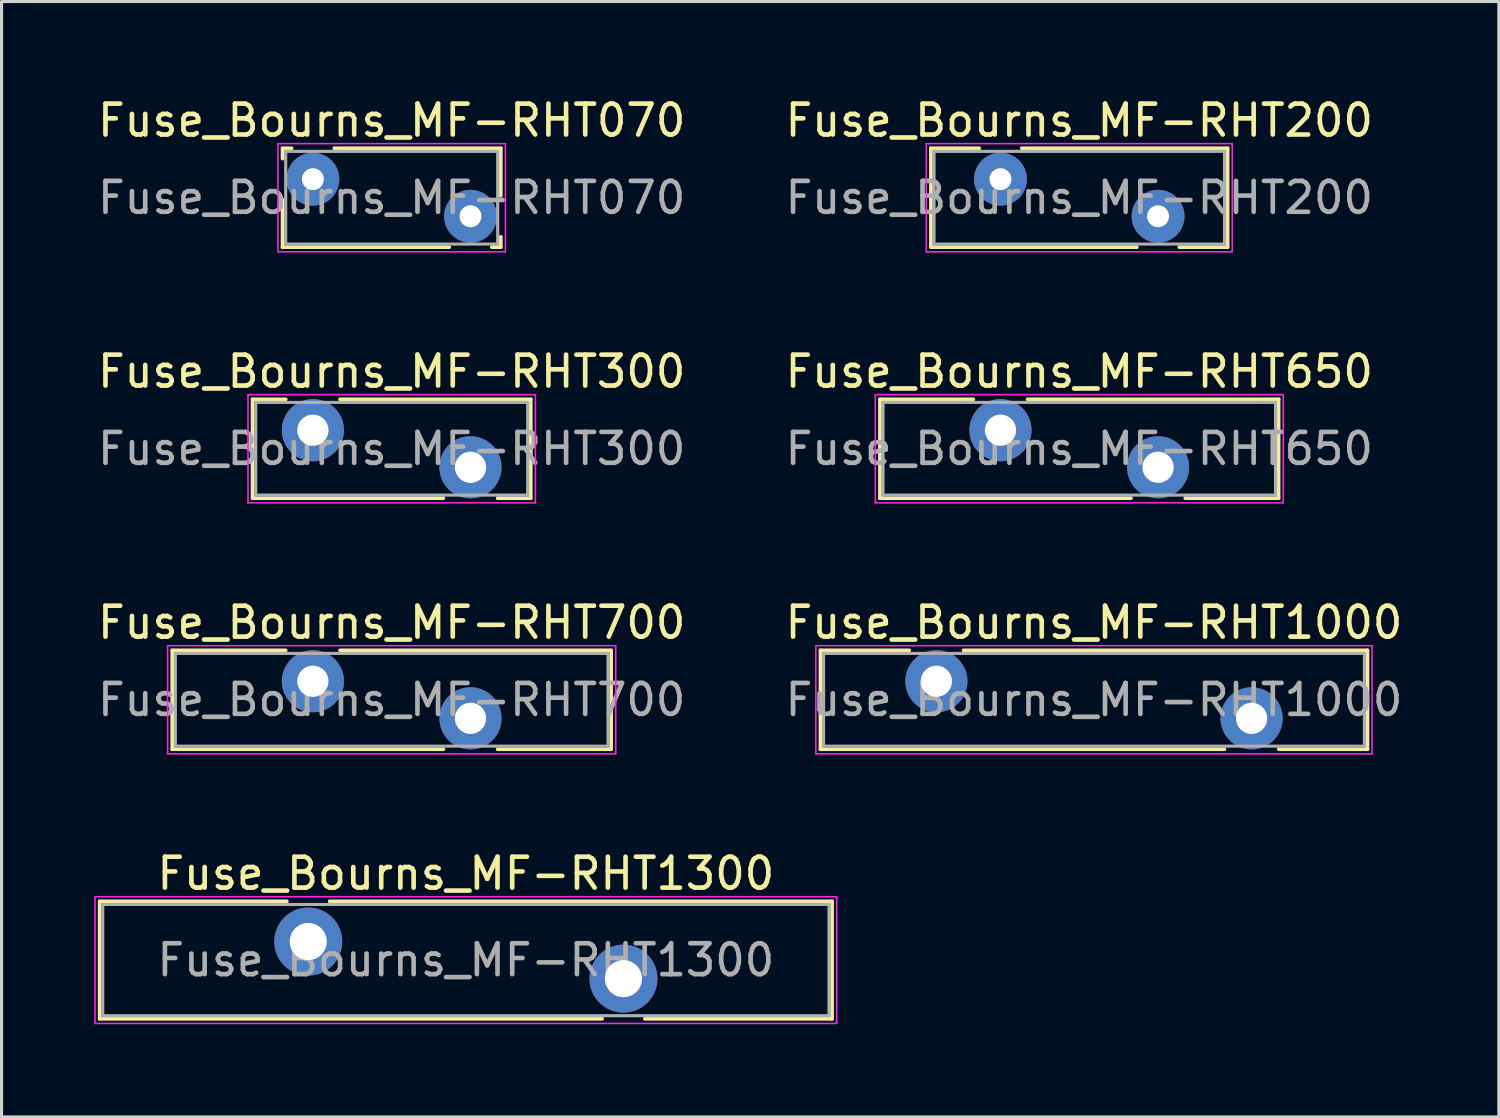
<source format=kicad_pcb>
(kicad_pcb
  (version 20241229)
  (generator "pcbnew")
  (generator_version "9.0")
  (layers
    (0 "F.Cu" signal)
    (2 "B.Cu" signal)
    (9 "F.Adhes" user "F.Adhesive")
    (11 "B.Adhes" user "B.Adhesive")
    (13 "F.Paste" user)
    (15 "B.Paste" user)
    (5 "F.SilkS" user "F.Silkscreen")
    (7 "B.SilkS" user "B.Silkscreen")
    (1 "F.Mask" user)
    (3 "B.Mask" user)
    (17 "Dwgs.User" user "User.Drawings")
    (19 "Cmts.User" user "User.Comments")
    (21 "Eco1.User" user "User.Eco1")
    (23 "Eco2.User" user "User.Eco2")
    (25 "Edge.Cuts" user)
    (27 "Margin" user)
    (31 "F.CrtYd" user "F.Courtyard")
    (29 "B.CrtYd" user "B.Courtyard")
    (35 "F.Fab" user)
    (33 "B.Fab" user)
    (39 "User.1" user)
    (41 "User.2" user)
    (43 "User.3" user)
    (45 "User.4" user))
  (footprint "Fuse_Bourns_MF-RHT700"
    (layer "F.Cu")
    (at 7.075 18.995)
    (property "Reference" "Fuse_Bourns_MF-RHT700" (at 2.55 -1.9 0) (layer "F.SilkS") (effects (font (size 1 1) (thickness 0.15))))
    (attr through_hole)
    (fp_line (start -4.55 -1) (end -4.55 2.2) (stroke (width 0.12) (type solid)) (layer "F.SilkS"))
    (fp_line (start -4.55 -1) (end -0.879 -1) (stroke (width 0.12) (type solid)) (layer "F.SilkS"))
    (fp_line (start -4.55 2.2) (end 4.222 2.2) (stroke (width 0.12) (type solid)) (layer "F.SilkS"))
    (fp_line (start 0.879 -1) (end 9.65 -1) (stroke (width 0.12) (type solid)) (layer "F.SilkS"))
    (fp_line (start 5.979 2.2) (end 9.65 2.2) (stroke (width 0.12) (type solid)) (layer "F.SilkS"))
    (fp_line (start 9.65 -1) (end 9.65 2.2) (stroke (width 0.12) (type solid)) (layer "F.SilkS"))
    (fp_line (start -4.7 -1.15) (end -4.7 2.35) (stroke (width 0.05) (type solid)) (layer "F.CrtYd"))
    (fp_line (start -4.7 2.35) (end 9.8 2.35) (stroke (width 0.05) (type solid)) (layer "F.CrtYd"))
    (fp_line (start 9.8 -1.15) (end -4.7 -1.15) (stroke (width 0.05) (type solid)) (layer "F.CrtYd"))
    (fp_line (start 9.8 2.35) (end 9.8 -1.15) (stroke (width 0.05) (type solid)) (layer "F.CrtYd"))
    (fp_line (start -4.45 -0.9) (end -4.45 2.1) (stroke (width 0.1) (type solid)) (layer "F.Fab"))
    (fp_line (start -4.45 2.1) (end 9.55 2.1) (stroke (width 0.1) (type solid)) (layer "F.Fab"))
    (fp_line (start 9.55 -0.9) (end -4.45 -0.9) (stroke (width 0.1) (type solid)) (layer "F.Fab"))
    (fp_line (start 9.55 2.1) (end 9.55 -0.9) (stroke (width 0.1) (type solid)) (layer "F.Fab"))
    (fp_text user "${REFERENCE}" (at 2.55 0.6 0) (layer "F.Fab") (effects (font (size 1 1) (thickness 0.15))))
    (pad "1" thru_hole circle (at 0 0) (size 2.01 2.01) (drill 1.01) (layers "*.Cu" "*.Mask"))
    (pad "2" thru_hole circle (at 5.1 1.2) (size 2.01 2.01) (drill 1.01) (layers "*.Cu" "*.Mask")))
  (footprint "Fuse_Bourns_MF-RHT070"
    (layer "F.Cu")
    (at 7.075 2.748)
    (property "Reference" "Fuse_Bourns_MF-RHT070" (at 2.55 -1.9 0) (layer "F.SilkS") (effects (font (size 1 1) (thickness 0.15))))
    (attr through_hole)
    (fp_line (start -0.981 -1) (end -0.981 -0.665) (stroke (width 0.12) (type solid)) (layer "F.SilkS"))
    (fp_line (start -0.981 -1) (end -0.689 -1) (stroke (width 0.12) (type solid)) (layer "F.SilkS"))
    (fp_line (start -0.981 0.665) (end -0.981 2.2) (stroke (width 0.12) (type solid)) (layer "F.SilkS"))
    (fp_line (start -0.981 2.2) (end 4.412 2.2) (stroke (width 0.12) (type solid)) (layer "F.SilkS"))
    (fp_line (start 0.689 -1) (end 6.08 -1) (stroke (width 0.12) (type solid)) (layer "F.SilkS"))
    (fp_line (start 5.789 2.2) (end 6.08 2.2) (stroke (width 0.12) (type solid)) (layer "F.SilkS"))
    (fp_line (start 6.08 -1) (end 6.08 0.536) (stroke (width 0.12) (type solid)) (layer "F.SilkS"))
    (fp_line (start 6.08 1.865) (end 6.08 2.2) (stroke (width 0.12) (type solid)) (layer "F.SilkS"))
    (fp_line (start -1.13 -1.15) (end -1.13 2.35) (stroke (width 0.05) (type solid)) (layer "F.CrtYd"))
    (fp_line (start -1.13 2.35) (end 6.23 2.35) (stroke (width 0.05) (type solid)) (layer "F.CrtYd"))
    (fp_line (start 6.23 -1.15) (end -1.13 -1.15) (stroke (width 0.05) (type solid)) (layer "F.CrtYd"))
    (fp_line (start 6.23 2.35) (end 6.23 -1.15) (stroke (width 0.05) (type solid)) (layer "F.CrtYd"))
    (fp_line (start -0.88 -0.9) (end -0.88 2.1) (stroke (width 0.1) (type solid)) (layer "F.Fab"))
    (fp_line (start -0.88 2.1) (end 5.98 2.1) (stroke (width 0.1) (type solid)) (layer "F.Fab"))
    (fp_line (start 5.98 -0.9) (end -0.88 -0.9) (stroke (width 0.1) (type solid)) (layer "F.Fab"))
    (fp_line (start 5.98 2.1) (end 5.98 -0.9) (stroke (width 0.1) (type solid)) (layer "F.Fab"))
    (fp_text user "${REFERENCE}" (at 2.55 0.6 0) (layer "F.Fab") (effects (font (size 1 1) (thickness 0.15))))
    (pad "1" thru_hole circle (at 0 0) (size 1.71 1.71) (drill 0.71) (layers "*.Cu" "*.Mask"))
    (pad "2" thru_hole circle (at 5.1 1.2) (size 1.71 1.71) (drill 0.71) (layers "*.Cu" "*.Mask")))
  (footprint "Fuse_Bourns_MF-RHT1300"
    (layer "F.Cu")
    (at 6.925 27.418)
    (property "Reference" "Fuse_Bourns_MF-RHT1300" (at 5.1 -2.2 0) (layer "F.SilkS") (effects (font (size 1 1) (thickness 0.15))))
    (attr through_hole)
    (fp_line (start -6.75 -1.301) (end -6.75 2.5) (stroke (width 0.12) (type solid)) (layer "F.SilkS"))
    (fp_line (start -6.75 -1.301) (end -0.693 -1.301) (stroke (width 0.12) (type solid)) (layer "F.SilkS"))
    (fp_line (start -6.75 2.5) (end 9.508 2.5) (stroke (width 0.12) (type solid)) (layer "F.SilkS"))
    (fp_line (start 0.693 -1.301) (end 16.951 -1.301) (stroke (width 0.12) (type solid)) (layer "F.SilkS"))
    (fp_line (start 10.893 2.5) (end 16.951 2.5) (stroke (width 0.12) (type solid)) (layer "F.SilkS"))
    (fp_line (start 16.951 -1.301) (end 16.951 2.5) (stroke (width 0.12) (type solid)) (layer "F.SilkS"))
    (fp_line (start -6.9 -1.45) (end -6.9 2.65) (stroke (width 0.05) (type solid)) (layer "F.CrtYd"))
    (fp_line (start -6.9 2.65) (end 17.1 2.65) (stroke (width 0.05) (type solid)) (layer "F.CrtYd"))
    (fp_line (start 17.1 -1.45) (end -6.9 -1.45) (stroke (width 0.05) (type solid)) (layer "F.CrtYd"))
    (fp_line (start 17.1 2.65) (end 17.1 -1.45) (stroke (width 0.05) (type solid)) (layer "F.CrtYd"))
    (fp_line (start -6.65 -1.2) (end -6.65 2.4) (stroke (width 0.1) (type solid)) (layer "F.Fab"))
    (fp_line (start -6.65 2.4) (end 16.85 2.4) (stroke (width 0.1) (type solid)) (layer "F.Fab"))
    (fp_line (start 16.85 -1.2) (end -6.65 -1.2) (stroke (width 0.1) (type solid)) (layer "F.Fab"))
    (fp_line (start 16.85 2.4) (end 16.85 -1.2) (stroke (width 0.1) (type solid)) (layer "F.Fab"))
    (fp_text user "${REFERENCE}" (at 5.1 0.6 0) (layer "F.Fab") (effects (font (size 1 1) (thickness 0.15))))
    (pad "1" thru_hole circle (at 0 0) (size 2.2 2.2) (drill 1.2) (layers "*.Cu" "*.Mask"))
    (pad "2" thru_hole circle (at 10.2 1.2) (size 2.2 2.2) (drill 1.2) (layers "*.Cu" "*.Mask")))
  (footprint "Fuse_Bourns_MF-RHT200"
    (layer "F.Cu")
    (at 29.325 2.748)
    (property "Reference" "Fuse_Bourns_MF-RHT200" (at 2.55 -1.9 0) (layer "F.SilkS") (effects (font (size 1 1) (thickness 0.15))))
    (attr through_hole)
    (fp_line (start -2.251 -1) (end -2.251 2.2) (stroke (width 0.12) (type solid)) (layer "F.SilkS"))
    (fp_line (start -2.251 -1) (end -0.689 -1) (stroke (width 0.12) (type solid)) (layer "F.SilkS"))
    (fp_line (start -2.251 2.2) (end 4.412 2.2) (stroke (width 0.12) (type solid)) (layer "F.SilkS"))
    (fp_line (start 0.689 -1) (end 7.35 -1) (stroke (width 0.12) (type solid)) (layer "F.SilkS"))
    (fp_line (start 5.789 2.2) (end 7.35 2.2) (stroke (width 0.12) (type solid)) (layer "F.SilkS"))
    (fp_line (start 7.35 -1) (end 7.35 2.2) (stroke (width 0.12) (type solid)) (layer "F.SilkS"))
    (fp_line (start -2.4 -1.15) (end -2.4 2.35) (stroke (width 0.05) (type solid)) (layer "F.CrtYd"))
    (fp_line (start -2.4 2.35) (end 7.5 2.35) (stroke (width 0.05) (type solid)) (layer "F.CrtYd"))
    (fp_line (start 7.5 -1.15) (end -2.4 -1.15) (stroke (width 0.05) (type solid)) (layer "F.CrtYd"))
    (fp_line (start 7.5 2.35) (end 7.5 -1.15) (stroke (width 0.05) (type solid)) (layer "F.CrtYd"))
    (fp_line (start -2.15 -0.9) (end -2.15 2.1) (stroke (width 0.1) (type solid)) (layer "F.Fab"))
    (fp_line (start -2.15 2.1) (end 7.25 2.1) (stroke (width 0.1) (type solid)) (layer "F.Fab"))
    (fp_line (start 7.25 -0.9) (end -2.15 -0.9) (stroke (width 0.1) (type solid)) (layer "F.Fab"))
    (fp_line (start 7.25 2.1) (end 7.25 -0.9) (stroke (width 0.1) (type solid)) (layer "F.Fab"))
    (fp_text user "${REFERENCE}" (at 2.55 0.6 0) (layer "F.Fab") (effects (font (size 1 1) (thickness 0.15))))
    (pad "1" thru_hole circle (at 0 0) (size 1.71 1.71) (drill 0.71) (layers "*.Cu" "*.Mask"))
    (pad "2" thru_hole circle (at 5.1 1.2) (size 1.71 1.71) (drill 0.71) (layers "*.Cu" "*.Mask")))
  (footprint "Fuse_Bourns_MF-RHT650"
    (layer "F.Cu")
    (at 29.325 10.871)
    (property "Reference" "Fuse_Bourns_MF-RHT650" (at 2.55 -1.9 0) (layer "F.SilkS") (effects (font (size 1 1) (thickness 0.15))))
    (attr through_hole)
    (fp_line (start -3.9 -1) (end -3.9 2.2) (stroke (width 0.12) (type solid)) (layer "F.SilkS"))
    (fp_line (start -3.9 -1) (end -0.879 -1) (stroke (width 0.12) (type solid)) (layer "F.SilkS"))
    (fp_line (start -3.9 2.2) (end 4.222 2.2) (stroke (width 0.12) (type solid)) (layer "F.SilkS"))
    (fp_line (start 0.879 -1) (end 9 -1) (stroke (width 0.12) (type solid)) (layer "F.SilkS"))
    (fp_line (start 5.979 2.2) (end 9 2.2) (stroke (width 0.12) (type solid)) (layer "F.SilkS"))
    (fp_line (start 9 -1) (end 9 2.2) (stroke (width 0.12) (type solid)) (layer "F.SilkS"))
    (fp_line (start -4.05 -1.15) (end -4.05 2.35) (stroke (width 0.05) (type solid)) (layer "F.CrtYd"))
    (fp_line (start -4.05 2.35) (end 9.15 2.35) (stroke (width 0.05) (type solid)) (layer "F.CrtYd"))
    (fp_line (start 9.15 -1.15) (end -4.05 -1.15) (stroke (width 0.05) (type solid)) (layer "F.CrtYd"))
    (fp_line (start 9.15 2.35) (end 9.15 -1.15) (stroke (width 0.05) (type solid)) (layer "F.CrtYd"))
    (fp_line (start -3.8 -0.9) (end -3.8 2.1) (stroke (width 0.1) (type solid)) (layer "F.Fab"))
    (fp_line (start -3.8 2.1) (end 8.9 2.1) (stroke (width 0.1) (type solid)) (layer "F.Fab"))
    (fp_line (start 8.9 -0.9) (end -3.8 -0.9) (stroke (width 0.1) (type solid)) (layer "F.Fab"))
    (fp_line (start 8.9 2.1) (end 8.9 -0.9) (stroke (width 0.1) (type solid)) (layer "F.Fab"))
    (fp_text user "${REFERENCE}" (at 2.55 0.6 0) (layer "F.Fab") (effects (font (size 1 1) (thickness 0.15))))
    (pad "1" thru_hole circle (at 0 0) (size 2.01 2.01) (drill 1.01) (layers "*.Cu" "*.Mask"))
    (pad "2" thru_hole circle (at 5.1 1.2) (size 2.01 2.01) (drill 1.01) (layers "*.Cu" "*.Mask")))
  (footprint "Fuse_Bourns_MF-RHT1000"
    (layer "F.Cu")
    (at 27.251 18.995)
    (property "Reference" "Fuse_Bourns_MF-RHT1000" (at 5.1 -1.9 0) (layer "F.SilkS") (effects (font (size 1 1) (thickness 0.15))))
    (attr through_hole)
    (fp_line (start -3.751 -1) (end -3.751 2.2) (stroke (width 0.12) (type solid)) (layer "F.SilkS"))
    (fp_line (start -3.751 -1) (end -0.879 -1) (stroke (width 0.12) (type solid)) (layer "F.SilkS"))
    (fp_line (start -3.751 2.2) (end 9.322 2.2) (stroke (width 0.12) (type solid)) (layer "F.SilkS"))
    (fp_line (start 0.879 -1) (end 13.95 -1) (stroke (width 0.12) (type solid)) (layer "F.SilkS"))
    (fp_line (start 11.079 2.2) (end 13.95 2.2) (stroke (width 0.12) (type solid)) (layer "F.SilkS"))
    (fp_line (start 13.95 -1) (end 13.95 2.2) (stroke (width 0.12) (type solid)) (layer "F.SilkS"))
    (fp_line (start -3.9 -1.15) (end -3.9 2.35) (stroke (width 0.05) (type solid)) (layer "F.CrtYd"))
    (fp_line (start -3.9 2.35) (end 14.1 2.35) (stroke (width 0.05) (type solid)) (layer "F.CrtYd"))
    (fp_line (start 14.1 -1.15) (end -3.9 -1.15) (stroke (width 0.05) (type solid)) (layer "F.CrtYd"))
    (fp_line (start 14.1 2.35) (end 14.1 -1.15) (stroke (width 0.05) (type solid)) (layer "F.CrtYd"))
    (fp_line (start -3.65 -0.9) (end -3.65 2.1) (stroke (width 0.1) (type solid)) (layer "F.Fab"))
    (fp_line (start -3.65 2.1) (end 13.85 2.1) (stroke (width 0.1) (type solid)) (layer "F.Fab"))
    (fp_line (start 13.85 -0.9) (end -3.65 -0.9) (stroke (width 0.1) (type solid)) (layer "F.Fab"))
    (fp_line (start 13.85 2.1) (end 13.85 -0.9) (stroke (width 0.1) (type solid)) (layer "F.Fab"))
    (fp_text user "${REFERENCE}" (at 5.1 0.6 0) (layer "F.Fab") (effects (font (size 1 1) (thickness 0.15))))
    (pad "1" thru_hole circle (at 0 0) (size 2.01 2.01) (drill 1.01) (layers "*.Cu" "*.Mask"))
    (pad "2" thru_hole circle (at 10.2 1.2) (size 2.01 2.01) (drill 1.01) (layers "*.Cu" "*.Mask")))
  (footprint "Fuse_Bourns_MF-RHT300"
    (layer "F.Cu")
    (at 7.075 10.871)
    (property "Reference" "Fuse_Bourns_MF-RHT300" (at 2.55 -1.9 0) (layer "F.SilkS") (effects (font (size 1 1) (thickness 0.15))))
    (attr through_hole)
    (fp_line (start -1.951 -1) (end -1.951 2.2) (stroke (width 0.12) (type solid)) (layer "F.SilkS"))
    (fp_line (start -1.951 -1) (end -0.879 -1) (stroke (width 0.12) (type solid)) (layer "F.SilkS"))
    (fp_line (start -1.951 2.2) (end 4.222 2.2) (stroke (width 0.12) (type solid)) (layer "F.SilkS"))
    (fp_line (start 0.879 -1) (end 7.05 -1) (stroke (width 0.12) (type solid)) (layer "F.SilkS"))
    (fp_line (start 5.979 2.2) (end 7.05 2.2) (stroke (width 0.12) (type solid)) (layer "F.SilkS"))
    (fp_line (start 7.05 -1) (end 7.05 2.2) (stroke (width 0.12) (type solid)) (layer "F.SilkS"))
    (fp_line (start -2.1 -1.15) (end -2.1 2.35) (stroke (width 0.05) (type solid)) (layer "F.CrtYd"))
    (fp_line (start -2.1 2.35) (end 7.2 2.35) (stroke (width 0.05) (type solid)) (layer "F.CrtYd"))
    (fp_line (start 7.2 -1.15) (end -2.1 -1.15) (stroke (width 0.05) (type solid)) (layer "F.CrtYd"))
    (fp_line (start 7.2 2.35) (end 7.2 -1.15) (stroke (width 0.05) (type solid)) (layer "F.CrtYd"))
    (fp_line (start -1.85 -0.9) (end -1.85 2.1) (stroke (width 0.1) (type solid)) (layer "F.Fab"))
    (fp_line (start -1.85 2.1) (end 6.95 2.1) (stroke (width 0.1) (type solid)) (layer "F.Fab"))
    (fp_line (start 6.95 -0.9) (end -1.85 -0.9) (stroke (width 0.1) (type solid)) (layer "F.Fab"))
    (fp_line (start 6.95 2.1) (end 6.95 -0.9) (stroke (width 0.1) (type solid)) (layer "F.Fab"))
    (fp_text user "${REFERENCE}" (at 2.55 0.6 0) (layer "F.Fab") (effects (font (size 1 1) (thickness 0.15))))
    (pad "1" thru_hole circle (at 0 0) (size 2.01 2.01) (drill 1.01) (layers "*.Cu" "*.Mask"))
    (pad "2" thru_hole circle (at 5.1 1.2) (size 2.01 2.01) (drill 1.01) (layers "*.Cu" "*.Mask")))
  (gr_rect
    (start -3 -3)
    (end 45.452 33.093)
    (stroke (width 0.1) (type default))
    (fill no)
    (layer "Edge.Cuts")))
</source>
